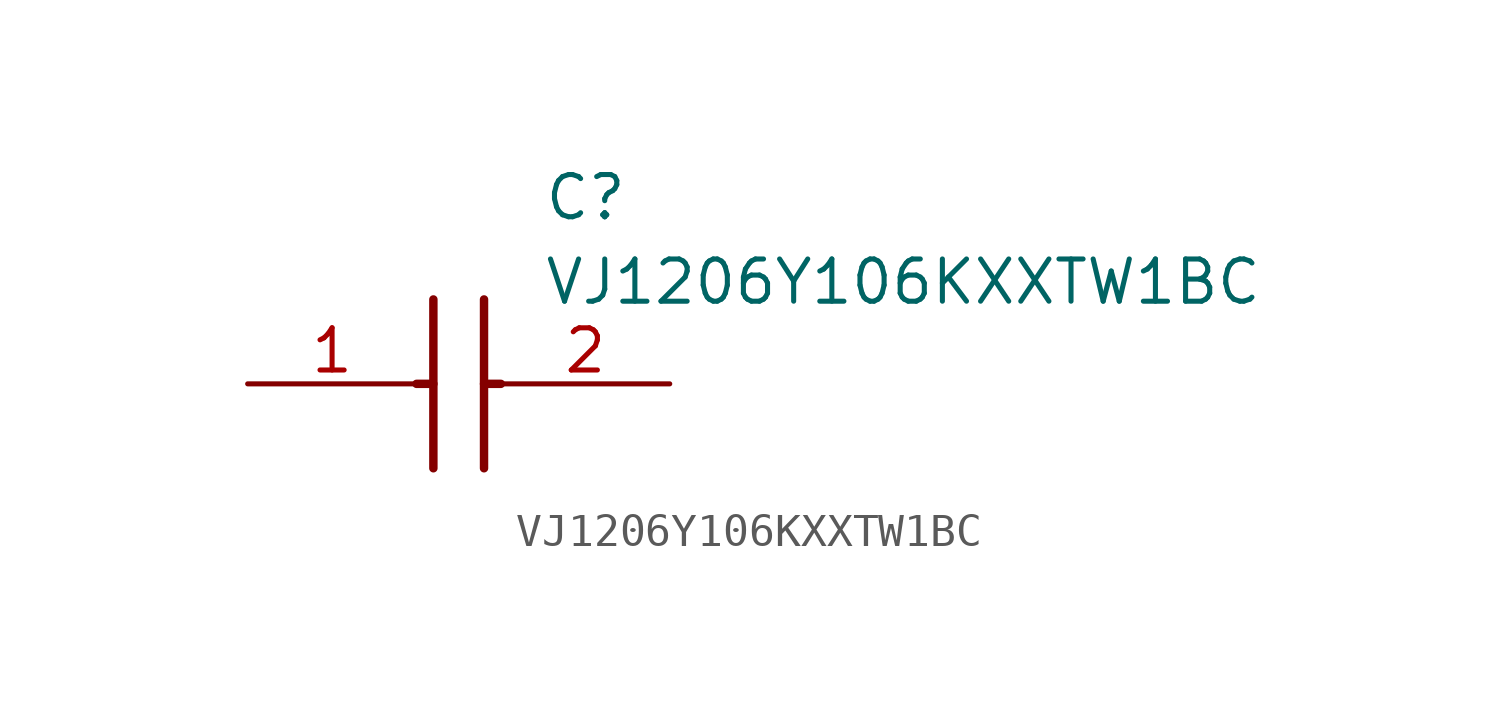
<source format=kicad_sym>
(kicad_symbol_lib
  (version 20211014)
  (generator SamacSys_ECAD_Model)
  (symbol "VJ1206Y106KXXTW1BC"
    (pin_names hide)
    (property "Reference" "C"
      (at 8.89 6.35 0)
      (effects (font (size 1.27 1.27)) (justify left top)))
    (property "Value" "VJ1206Y106KXXTW1BC"
      (at 8.89 3.81 0)
      (effects (font (size 1.27 1.27)) (justify left top)))
    (polyline
      (pts (xy 5.588 2.54) (xy 5.588 -2.54))
      (stroke (width 0.254) (type default))
      (fill (type none)))
    (polyline
      (pts (xy 7.112 2.54) (xy 7.112 -2.54))
      (stroke (width 0.254) (type default))
      (fill (type none)))
    (polyline
      (pts (xy 5.08 0) (xy 5.588 0))
      (stroke (width 0.254) (type default))
      (fill (type none)))
    (polyline
      (pts (xy 7.112 0) (xy 7.62 0))
      (stroke (width 0.254) (type default))
      (fill (type none)))
    (pin passive line
      (at 0 0 0)
      (length 5.08)
      (name "1" (effects (font (size 1.27 1.27))))
      (number "1" (effects (font (size 1.27 1.27)))))
    (pin passive line
      (at 12.7 0 180)
      (length 5.08)
      (name "2" (effects (font (size 1.27 1.27))))
      (number "2" (effects (font (size 1.27 1.27)))))))
</source>
